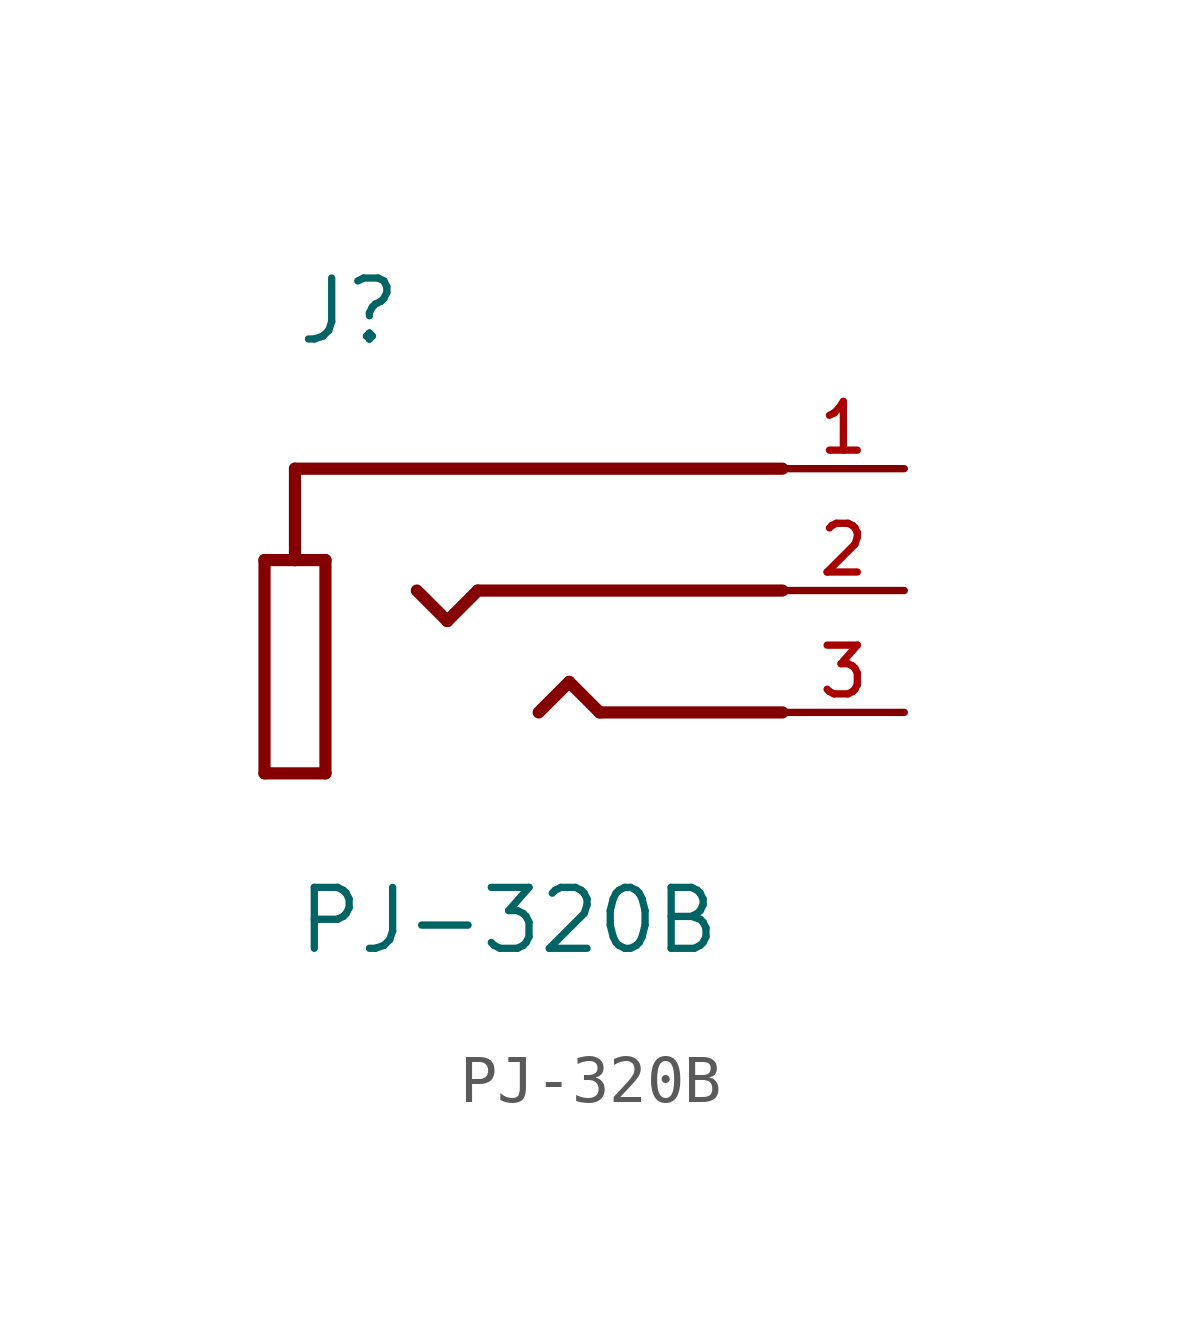
<source format=kicad_sym>
(kicad_symbol_lib
  (version 20211014)
  (generator kicad_symbol_editor)
  (symbol "PJ-320B"
    (pin_names
      (offset 1.016))
    (property "Reference" "J"
      (at -5.08 5.08 0)
      (effects (font (size 1.27 1.27)) (justify bottom left)))
    (property "Value" "PJ-320B"
      (at -5.08 -7.62 0)
      (effects (font (size 1.27 1.27)) (justify bottom left)))
    (symbol "PJ-320B_0_0"
      (polyline (pts (xy 5.08 2.54) (xy -5.08 2.54)) (stroke (width 0.254)))
      (polyline (pts (xy 5.08 0.0) (xy -1.27 0.0)) (stroke (width 0.254)))
      (polyline (pts (xy 5.08 -2.54) (xy 1.27 -2.54)) (stroke (width 0.254)))
      (polyline (pts (xy -5.08 2.54) (xy -5.08 0.635)) (stroke (width 0.254)))
      (polyline (pts (xy -5.08 0.635) (xy -4.445 0.635)) (stroke (width 0.254)))
      (polyline (pts (xy -4.445 0.635) (xy -4.445 -3.81)) (stroke (width 0.254)))
      (polyline (pts (xy -4.445 -3.81) (xy -5.715 -3.81)) (stroke (width 0.254)))
      (polyline (pts (xy -5.715 -3.81) (xy -5.715 0.635)) (stroke (width 0.254)))
      (polyline (pts (xy -5.715 0.635) (xy -5.08 0.635)) (stroke (width 0.254)))
      (polyline (pts (xy -1.27 0.0) (xy -1.905 -0.635)) (stroke (width 0.254)))
      (polyline (pts (xy -1.905 -0.635) (xy -2.54 0.0)) (stroke (width 0.254)))
      (polyline (pts (xy 1.27 -2.54) (xy 0.635 -1.905)) (stroke (width 0.254)))
      (polyline (pts (xy 0.635 -1.905) (xy 0.0 -2.54)) (stroke (width 0.254)))
      (pin passive line (at 7.62 2.54 180.0) (length 2.54) (name "~" (effects (font (size 1.016 1.016)))) (number "1" (effects (font (size 1.016 1.016)))))
      (pin passive line (at 7.62 0.0 180.0) (length 2.54) (name "~" (effects (font (size 1.016 1.016)))) (number "2" (effects (font (size 1.016 1.016)))))
      (pin passive line (at 7.62 -2.54 180.0) (length 2.54) (name "~" (effects (font (size 1.016 1.016)))) (number "3" (effects (font (size 1.016 1.016))))))))
</source>
